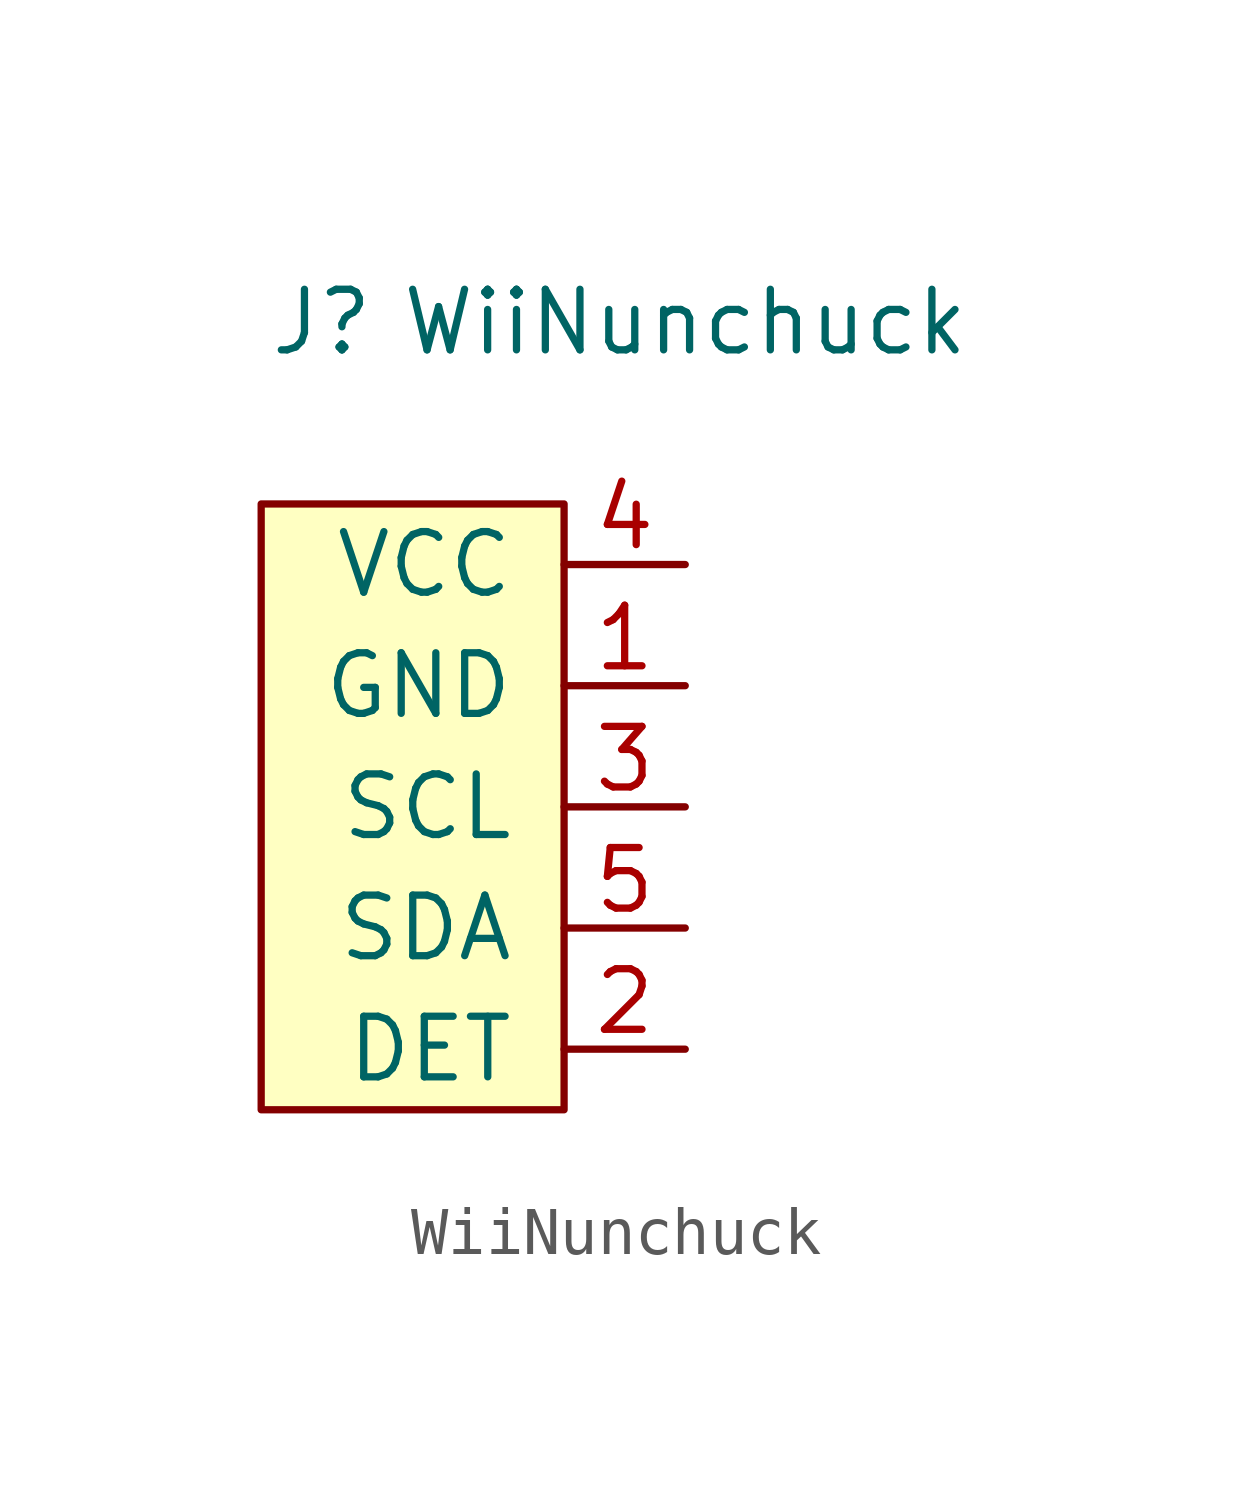
<source format=kicad_sym>
(kicad_symbol_lib
  (version 20211014)
  (generator kicad_symbol_editor)
  (symbol "WiiNunchuck"
    (pin_names
      (offset 1.016))
    (property "Reference" "J"
      (at -5.08 10.16 0)
      (effects (font (size 1.27 1.27))))
    (property "Value" "WiiNunchuck"
      (at 2.54 10.16 0)
      (effects (font (size 1.27 1.27))))
    (symbol "WiiNunchuck_0_1"
      (rectangle (start -6.35 6.35) (end 0 -6.35) (stroke (width 0) (type default) (color 0 0 0 0)) (fill (type background))))
    (symbol "WiiNunchuck_1_1"
      (pin power_in line (at 2.54 2.54 180) (length 2.54) (name "GND" (effects (font (size 1.27 1.27)))) (number "1" (effects (font (size 1.27 1.27)))))
      (pin input line (at 2.54 -5.08 180) (length 2.54) (name "DET" (effects (font (size 1.27 1.27)))) (number "2" (effects (font (size 1.27 1.27)))))
      (pin bidirectional line (at 2.54 0 180) (length 2.54) (name "SCL" (effects (font (size 1.27 1.27)))) (number "3" (effects (font (size 1.27 1.27)))))
      (pin power_in line (at 2.54 5.08 180) (length 2.54) (name "VCC" (effects (font (size 1.27 1.27)))) (number "4" (effects (font (size 1.27 1.27)))))
      (pin bidirectional line (at 2.54 -2.54 180) (length 2.54) (name "SDA" (effects (font (size 1.27 1.27)))) (number "5" (effects (font (size 1.27 1.27))))))))
</source>
